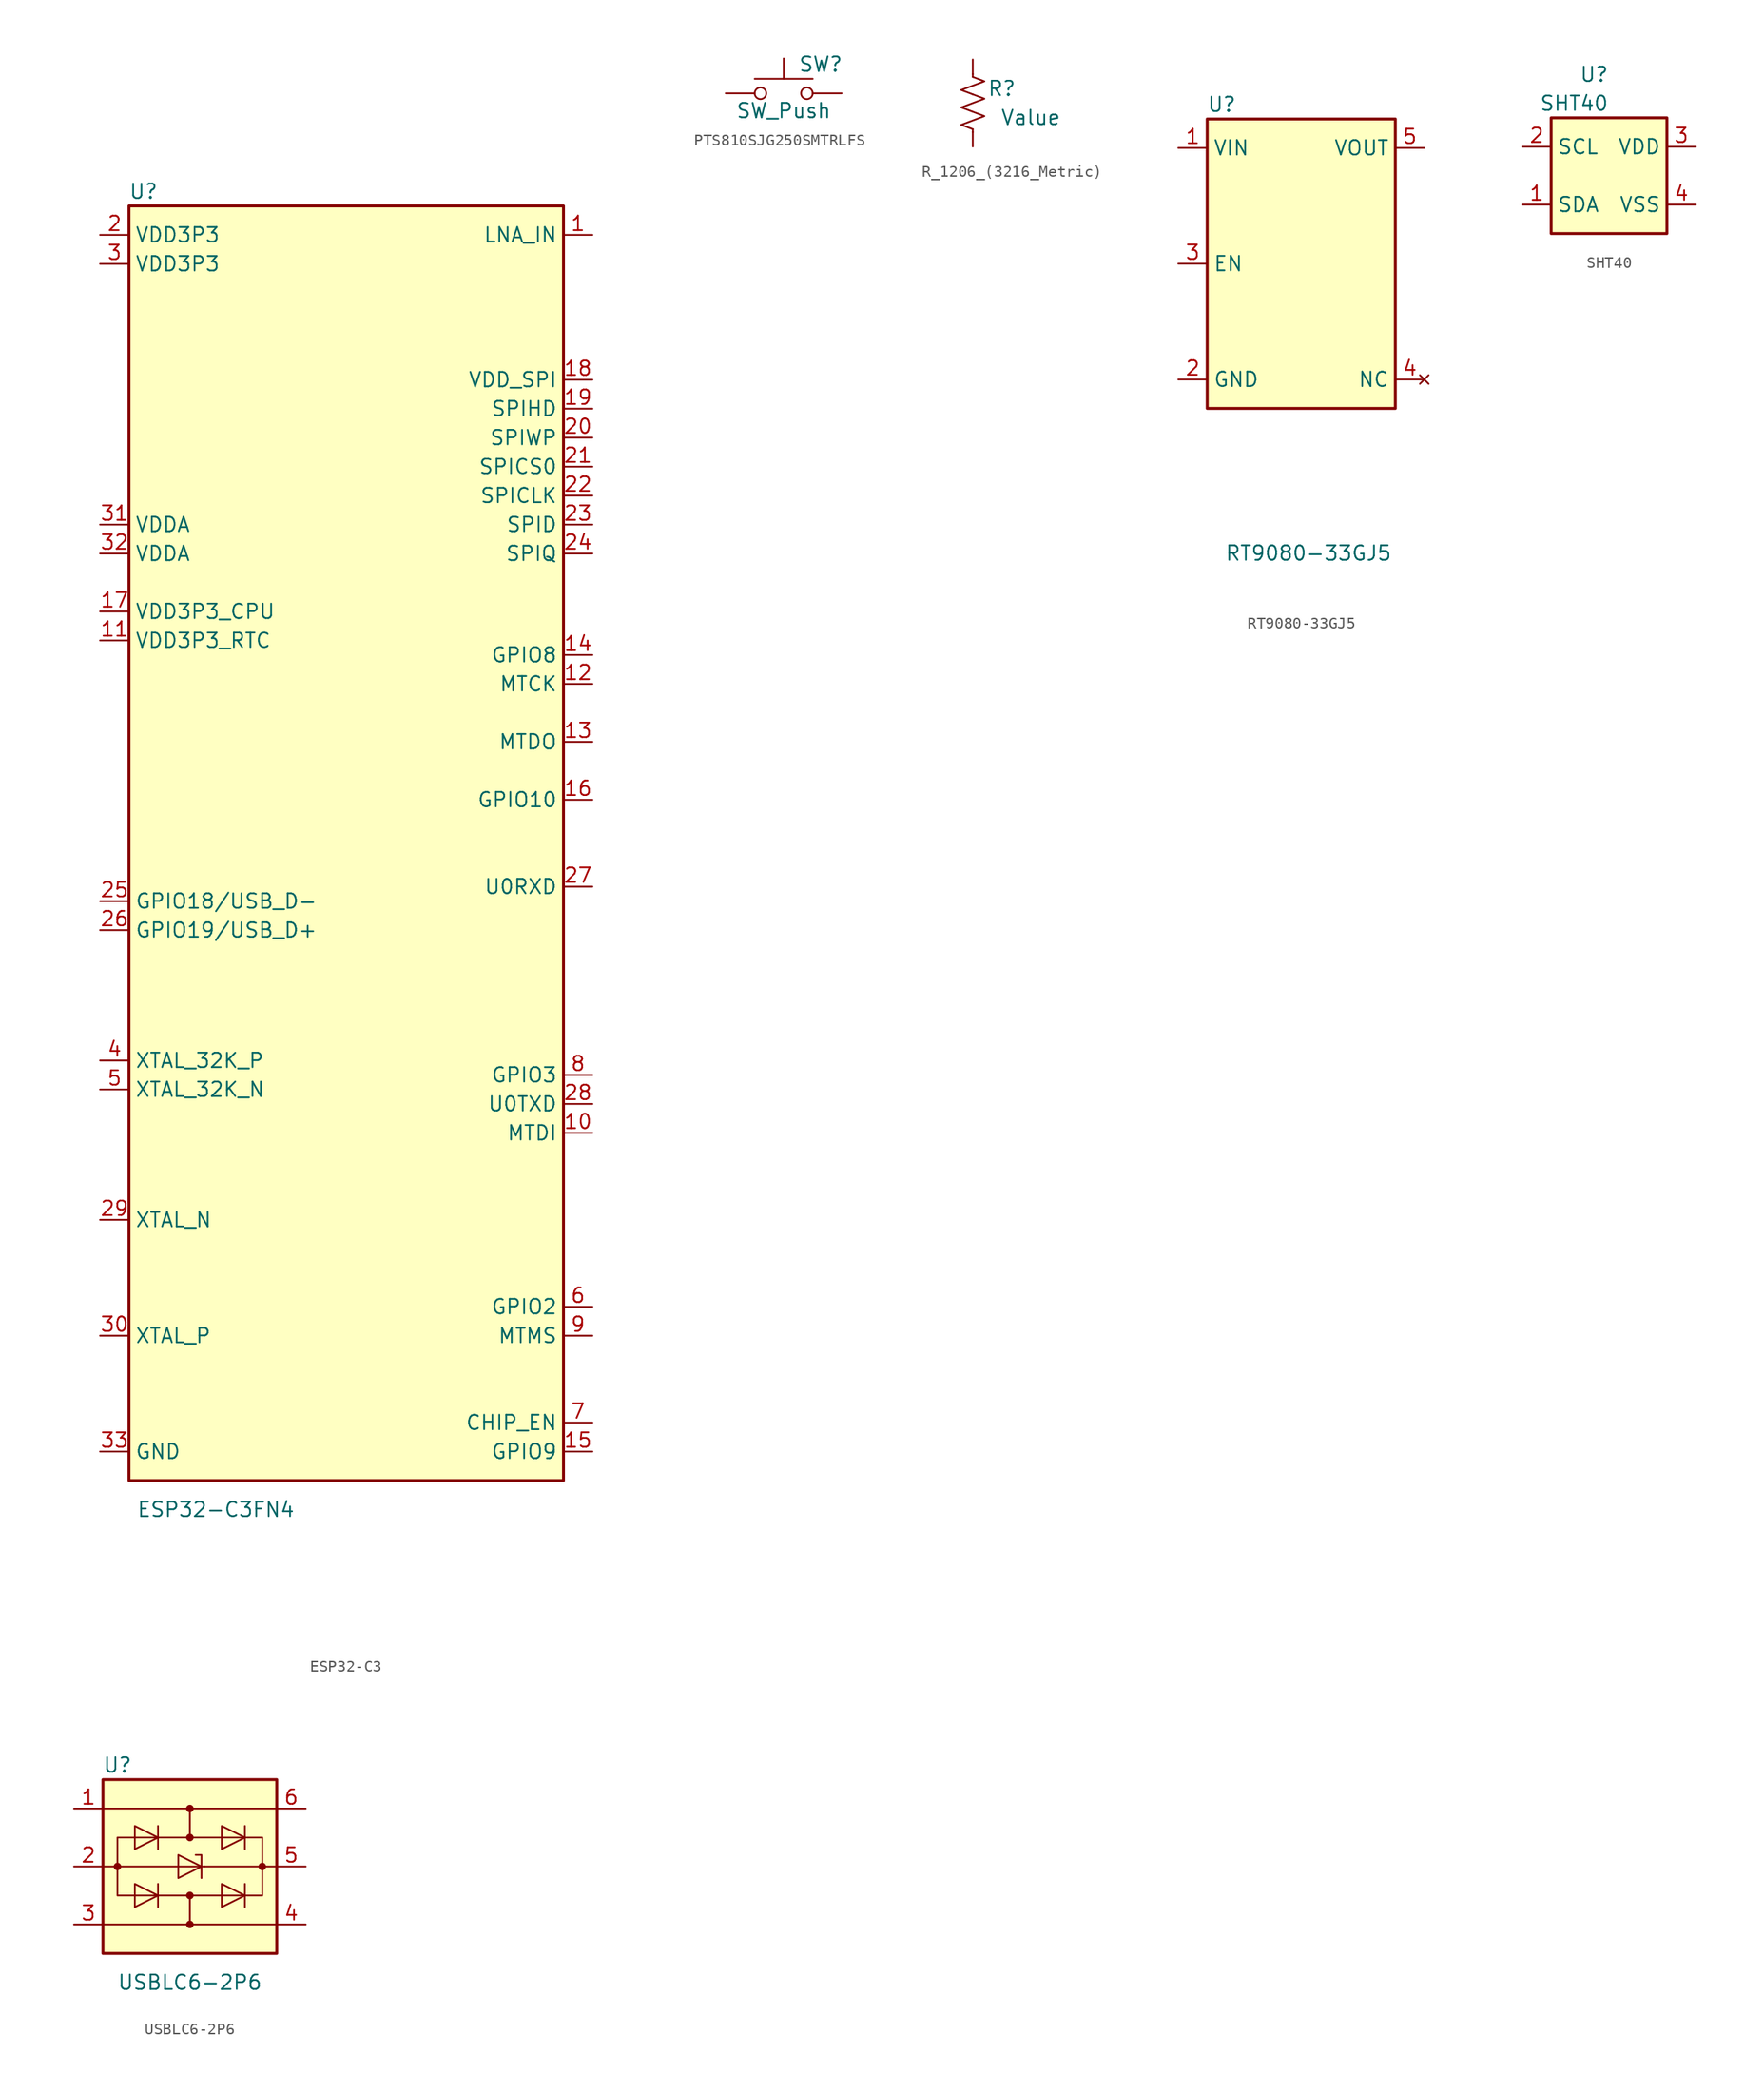
<source format=kicad_sym>
(kicad_symbol_lib
  (version 20220914)
  (generator kicad_symbol_editor)
  (symbol "ESP32-C3"
    (property "Reference" "U"
      (at 1.27 1.27 0)
      (effects (font (size 1.27 1.27))))
    (property "Value" "ESP32-C3FN4"
      (at 7.62 -114.3 0)
      (effects (font (size 1.27 1.27))))
    (symbol "ESP32-C3_0_0"
      (pin bidirectional line (at 40.64 -2.54 180) (length 2.54) (name "LNA_IN" (effects (font (size 1.27 1.27)))) (number "1" (effects (font (size 1.27 1.27)))))
      (pin bidirectional line (at 40.64 -81.28 180) (length 2.54) (name "MTDI" (effects (font (size 1.27 1.27)))) (number "10" (effects (font (size 1.27 1.27)))))
      (pin power_in line (at -2.54 -38.1 0) (length 2.54) (name "VDD3P3_RTC" (effects (font (size 1.27 1.27)))) (number "11" (effects (font (size 1.27 1.27)))))
      (pin bidirectional line (at 40.64 -41.91 180) (length 2.54) (name "MTCK" (effects (font (size 1.27 1.27)))) (number "12" (effects (font (size 1.27 1.27)))))
      (pin bidirectional line (at 40.64 -46.99 180) (length 2.54) (name "MTDO" (effects (font (size 1.27 1.27)))) (number "13" (effects (font (size 1.27 1.27)))))
      (pin bidirectional line (at 40.64 -39.37 180) (length 2.54) (name "GPIO8" (effects (font (size 1.27 1.27)))) (number "14" (effects (font (size 1.27 1.27)))))
      (pin bidirectional line (at 40.64 -109.22 180) (length 2.54) (name "GPIO9" (effects (font (size 1.27 1.27)))) (number "15" (effects (font (size 1.27 1.27)))))
      (pin bidirectional line (at 40.64 -52.07 180) (length 2.54) (name "GPIO10" (effects (font (size 1.27 1.27)))) (number "16" (effects (font (size 1.27 1.27)))))
      (pin power_in line (at -2.54 -35.56 0) (length 2.54) (name "VDD3P3_CPU" (effects (font (size 1.27 1.27)))) (number "17" (effects (font (size 1.27 1.27)))))
      (pin power_out line (at 40.64 -15.24 180) (length 2.54) (name "VDD_SPI" (effects (font (size 1.27 1.27)))) (number "18" (effects (font (size 1.27 1.27)))))
      (pin bidirectional line (at 40.64 -17.78 180) (length 2.54) (name "SPIHD" (effects (font (size 1.27 1.27)))) (number "19" (effects (font (size 1.27 1.27)))))
      (pin power_in line (at -2.54 -2.54 0) (length 2.54) (name "VDD3P3" (effects (font (size 1.27 1.27)))) (number "2" (effects (font (size 1.27 1.27)))))
      (pin bidirectional line (at 40.64 -20.32 180) (length 2.54) (name "SPIWP" (effects (font (size 1.27 1.27)))) (number "20" (effects (font (size 1.27 1.27)))))
      (pin bidirectional line (at 40.64 -22.86 180) (length 2.54) (name "SPICS0" (effects (font (size 1.27 1.27)))) (number "21" (effects (font (size 1.27 1.27)))))
      (pin bidirectional line (at 40.64 -25.4 180) (length 2.54) (name "SPICLK" (effects (font (size 1.27 1.27)))) (number "22" (effects (font (size 1.27 1.27)))))
      (pin bidirectional line (at 40.64 -27.94 180) (length 2.54) (name "SPID" (effects (font (size 1.27 1.27)))) (number "23" (effects (font (size 1.27 1.27)))))
      (pin bidirectional line (at 40.64 -30.48 180) (length 2.54) (name "SPIQ" (effects (font (size 1.27 1.27)))) (number "24" (effects (font (size 1.27 1.27)))))
      (pin bidirectional line (at -2.54 -60.96 0) (length 2.54) (name "GPIO18/USB_D-" (effects (font (size 1.27 1.27)))) (number "25" (effects (font (size 1.27 1.27)))))
      (pin bidirectional line (at -2.54 -63.5 0) (length 2.54) (name "GPIO19/USB_D+" (effects (font (size 1.27 1.27)))) (number "26" (effects (font (size 1.27 1.27)))))
      (pin bidirectional line (at 40.64 -59.69 180) (length 2.54) (name "U0RXD" (effects (font (size 1.27 1.27)))) (number "27" (effects (font (size 1.27 1.27)))))
      (pin bidirectional line (at 40.64 -78.74 180) (length 2.54) (name "U0TXD" (effects (font (size 1.27 1.27)))) (number "28" (effects (font (size 1.27 1.27)))))
      (pin output line (at -2.54 -88.9 0) (length 2.54) (name "XTAL_N" (effects (font (size 1.27 1.27)))) (number "29" (effects (font (size 1.27 1.27)))))
      (pin power_in line (at -2.54 -5.08 0) (length 2.54) (name "VDD3P3" (effects (font (size 1.27 1.27)))) (number "3" (effects (font (size 1.27 1.27)))))
      (pin input line (at -2.54 -99.06 0) (length 2.54) (name "XTAL_P" (effects (font (size 1.27 1.27)))) (number "30" (effects (font (size 1.27 1.27)))))
      (pin power_in line (at -2.54 -27.94 0) (length 2.54) (name "VDDA" (effects (font (size 1.27 1.27)))) (number "31" (effects (font (size 1.27 1.27)))))
      (pin power_in line (at -2.54 -30.48 0) (length 2.54) (name "VDDA" (effects (font (size 1.27 1.27)))) (number "32" (effects (font (size 1.27 1.27)))))
      (pin power_in line (at -2.54 -109.22 0) (length 2.54) (name "GND" (effects (font (size 1.27 1.27)))) (number "33" (effects (font (size 1.27 1.27)))))
      (pin bidirectional line (at -2.54 -74.93 0) (length 2.54) (name "XTAL_32K_P" (effects (font (size 1.27 1.27)))) (number "4" (effects (font (size 1.27 1.27)))))
      (pin bidirectional line (at -2.54 -77.47 0) (length 2.54) (name "XTAL_32K_N" (effects (font (size 1.27 1.27)))) (number "5" (effects (font (size 1.27 1.27)))))
      (pin bidirectional line (at 40.64 -96.52 180) (length 2.54) (name "GPIO2" (effects (font (size 1.27 1.27)))) (number "6" (effects (font (size 1.27 1.27)))))
      (pin input line (at 40.64 -106.68 180) (length 2.54) (name "CHIP_EN" (effects (font (size 1.27 1.27)))) (number "7" (effects (font (size 1.27 1.27)))))
      (pin bidirectional line (at 40.64 -76.2 180) (length 2.54) (name "GPIO3" (effects (font (size 1.27 1.27)))) (number "8" (effects (font (size 1.27 1.27)))))
      (pin bidirectional line (at 40.64 -99.06 180) (length 2.54) (name "MTMS" (effects (font (size 1.27 1.27)))) (number "9" (effects (font (size 1.27 1.27))))))
    (symbol "ESP32-C3_1_1"
      (rectangle (start 0 0) (end 38.1 -111.76) (stroke (width 0.254) (type default)) (fill (type background)))))
  (symbol "PTS810SJG250SMTRLFS "
    (pin_numbers hide)
    (pin_names
      (offset 1.016) hide)
    (property "Reference" "SW"
      (at 1.27 2.54 0)
      (effects (font (size 1.27 1.27)) (justify left)))
    (property "Value" "SW_Push"
      (at 0 -1.524 0)
      (effects (font (size 1.27 1.27))))
    (symbol "PTS810SJG250SMTRLFS _0_1"
      (circle (center -2.032 0) (radius 0.508) (stroke (width 0) (type default)) (fill (type none)))
      (polyline (pts (xy 0 1.27) (xy 0 3.048)) (stroke (width 0) (type default)) (fill (type none)))
      (polyline (pts (xy 2.54 1.27) (xy -2.54 1.27)) (stroke (width 0) (type default)) (fill (type none)))
      (circle (center 2.032 0) (radius 0.508) (stroke (width 0) (type default)) (fill (type none)))
      (pin passive line (at -5.08 0 0) (length 2.54) (name "1" (effects (font (size 1.27 1.27)))) (number "1" (effects (font (size 1.27 1.27)))))
      (pin passive line (at 5.08 0 180) (length 2.54) (name "2" (effects (font (size 1.27 1.27)))) (number "2" (effects (font (size 1.27 1.27)))))))
  (symbol "R_1206_(3216_Metric)"
    (pin_numbers hide)
    (pin_names hide)
    (property "Reference" "R"
      (at 2.54 1.27 0)
      (effects (font (size 1.27 1.27))))
    (property "Value" "Value"
      (at 5.08 -1.27 0)
      (effects (font (size 1.27 1.27))))
    (symbol "R_1206_(3216_Metric)_0_1"
      (polyline (pts (xy 0 -2.286) (xy 0 -2.54)) (stroke (width 0) (type default)) (fill (type none)))
      (polyline (pts (xy 0 2.286) (xy 0 2.54)) (stroke (width 0) (type default)) (fill (type none)))
      (polyline (pts (xy 0 -0.762) (xy 1.016 -1.143) (xy 0 -1.524) (xy -1.016 -1.905) (xy 0 -2.286)) (stroke (width 0) (type default)) (fill (type none)))
      (polyline (pts (xy 0 0.762) (xy 1.016 0.381) (xy 0 0) (xy -1.016 -0.381) (xy 0 -0.762)) (stroke (width 0) (type default)) (fill (type none)))
      (polyline (pts (xy 0 2.286) (xy 1.016 1.905) (xy 0 1.524) (xy -1.016 1.143) (xy 0 0.762)) (stroke (width 0) (type default)) (fill (type none))))
    (symbol "R_1206_(3216_Metric)_1_1"
      (pin passive line (at 0 3.81 270) (length 1.27) (name "~" (effects (font (size 1.27 1.27)))) (number "1" (effects (font (size 1.27 1.27)))))
      (pin passive line (at 0 -3.81 90) (length 1.27) (name "~" (effects (font (size 1.27 1.27)))) (number "2" (effects (font (size 1.27 1.27)))))))
  (symbol "RT9080-33GJ5"
    (property "Reference" "U"
      (at 1.27 1.27 0)
      (effects (font (size 1.27 1.27))))
    (property "Value" "RT9080-33GJ5"
      (at 8.89 -38.1 0)
      (effects (font (size 1.27 1.27))))
    (symbol "RT9080-33GJ5_0_0"
      (pin power_in line (at -2.54 -2.54 0) (length 2.54) (name "VIN" (effects (font (size 1.27 1.27)))) (number "1" (effects (font (size 1.27 1.27)))))
      (pin power_in line (at -2.54 -22.86 0) (length 2.54) (name "GND" (effects (font (size 1.27 1.27)))) (number "2" (effects (font (size 1.27 1.27)))))
      (pin input line (at -2.54 -12.7 0) (length 2.54) (name "EN" (effects (font (size 1.27 1.27)))) (number "3" (effects (font (size 1.27 1.27)))))
      (pin no_connect line (at 19.05 -22.86 180) (length 2.54) (name "NC" (effects (font (size 1.27 1.27)))) (number "4" (effects (font (size 1.27 1.27)))))
      (pin power_out line (at 19.05 -2.54 180) (length 2.54) (name "VOUT" (effects (font (size 1.27 1.27)))) (number "5" (effects (font (size 1.27 1.27))))))
    (symbol "RT9080-33GJ5_1_1"
      (rectangle (start 0 0) (end 16.51 -25.4) (stroke (width 0.254) (type default)) (fill (type background)))))
  (symbol "SHT40"
    (property "Reference" "U"
      (at 0 8.89 0)
      (effects (font (size 1.27 1.27)) (justify right)))
    (property "Value" "SHT40"
      (at 0 6.35 0)
      (effects (font (size 1.27 1.27)) (justify right)))
    (symbol "SHT40_1_1"
      (rectangle (start -5.08 5.08) (end 5.08 -5.08) (stroke (width 0.254) (type default)) (fill (type background)))
      (pin bidirectional line (at -7.62 -2.54 0) (length 2.54) (name "SDA" (effects (font (size 1.27 1.27)))) (number "1" (effects (font (size 1.27 1.27)))))
      (pin input line (at -7.62 2.54 0) (length 2.54) (name "SCL" (effects (font (size 1.27 1.27)))) (number "2" (effects (font (size 1.27 1.27)))))
      (pin power_in line (at 7.62 2.54 180) (length 2.54) (name "VDD" (effects (font (size 1.27 1.27)))) (number "3" (effects (font (size 1.27 1.27)))))
      (pin power_in line (at 7.62 -2.54 180) (length 2.54) (name "VSS" (effects (font (size 1.27 1.27)))) (number "4" (effects (font (size 1.27 1.27)))))))
  (symbol "USBLC6-2P6"
    (pin_names hide)
    (property "Reference" "U"
      (at 1.27 16.51 0)
      (effects (font (size 1.27 1.27))))
    (property "Value" "USBLC6-2P6"
      (at 7.62 -2.54 0)
      (effects (font (size 1.27 1.27))))
    (symbol "USBLC6-2P6_0_1"
      (polyline (pts (xy 0 7.62) (xy 1.27 7.62)) (stroke (width 0) (type default)) (fill (type none)))
      (polyline (pts (xy 1.27 7.62) (xy 8.89 7.62)) (stroke (width 0) (type default)) (fill (type none)))
      (polyline (pts (xy 4.826 6.096) (xy 4.826 4.064)) (stroke (width 0) (type default)) (fill (type none)))
      (polyline (pts (xy 4.826 9.144) (xy 4.826 11.176)) (stroke (width 0) (type default)) (fill (type none)))
      (polyline (pts (xy 7.62 2.54) (xy 0 2.54)) (stroke (width 0) (type default)) (fill (type none)))
      (polyline (pts (xy 7.62 12.7) (xy 0 12.7)) (stroke (width 0) (type default)) (fill (type none)))
      (polyline (pts (xy 8.89 7.62) (xy 13.97 7.62)) (stroke (width 0) (type default)) (fill (type none)))
      (polyline (pts (xy 12.446 6.096) (xy 12.446 4.064)) (stroke (width 0) (type default)) (fill (type none)))
      (polyline (pts (xy 12.446 9.144) (xy 12.446 11.176)) (stroke (width 0) (type default)) (fill (type none)))
      (polyline (pts (xy 13.97 7.62) (xy 15.24 7.62)) (stroke (width 0) (type default)) (fill (type none)))
      (polyline (pts (xy 7.62 5.08) (xy 7.62 2.54) (xy 15.24 2.54)) (stroke (width 0) (type default)) (fill (type none)))
      (polyline (pts (xy 7.62 10.16) (xy 7.62 12.7) (xy 15.24 12.7)) (stroke (width 0) (type default)) (fill (type none)))
      (polyline (pts (xy 2.794 4.064) (xy 2.794 6.096) (xy 4.826 5.08) (xy 2.794 4.064)) (stroke (width 0) (type default)) (fill (type none)))
      (polyline (pts (xy 2.794 11.176) (xy 2.794 9.144) (xy 4.826 10.16) (xy 2.794 11.176)) (stroke (width 0) (type default)) (fill (type none)))
      (polyline (pts (xy 6.604 8.636) (xy 6.604 6.604) (xy 8.636 7.62) (xy 6.604 8.636)) (stroke (width 0) (type default)) (fill (type none)))
      (polyline (pts (xy 8.636 6.604) (xy 8.636 6.858) (xy 8.636 8.636) (xy 8.128 8.636)) (stroke (width 0) (type default)) (fill (type none)))
      (polyline (pts (xy 10.414 4.064) (xy 10.414 6.096) (xy 12.446 5.08) (xy 10.414 4.064)) (stroke (width 0) (type default)) (fill (type none)))
      (polyline (pts (xy 10.414 11.176) (xy 10.414 9.144) (xy 12.446 10.16) (xy 10.414 11.176)) (stroke (width 0) (type default)) (fill (type none)))
      (rectangle (start 0 15.24) (end 15.24 0) (stroke (width 0.254) (type default)) (fill (type background)))
      (circle (center 1.27 7.62) (radius 0.254) (stroke (width 0) (type default)) (fill (type outline)))
      (circle (center 7.62 2.54) (radius 0.254) (stroke (width 0) (type default)) (fill (type outline)))
      (circle (center 7.62 5.08) (radius 0.254) (stroke (width 0) (type default)) (fill (type outline)))
      (circle (center 7.62 10.16) (radius 0.254) (stroke (width 0) (type default)) (fill (type outline)))
      (circle (center 7.62 12.7) (radius 0.254) (stroke (width 0) (type default)) (fill (type outline)))
      (circle (center 13.97 7.62) (radius 0.254) (stroke (width 0) (type default)) (fill (type outline)))
      (rectangle (start 13.97 10.16) (end 1.27 5.08) (stroke (width 0) (type default)) (fill (type none))))
    (symbol "USBLC6-2P6_1_1"
      (pin passive line (at -2.54 12.7 0) (length 2.54) (name "I/O1" (effects (font (size 1.27 1.27)))) (number "1" (effects (font (size 1.27 1.27)))))
      (pin passive line (at -2.54 7.62 0) (length 2.54) (name "GND" (effects (font (size 1.27 1.27)))) (number "2" (effects (font (size 1.27 1.27)))))
      (pin passive line (at -2.54 2.54 0) (length 2.54) (name "I/O2" (effects (font (size 1.27 1.27)))) (number "3" (effects (font (size 1.27 1.27)))))
      (pin passive line (at 17.78 2.54 180) (length 2.54) (name "I/O2" (effects (font (size 1.27 1.27)))) (number "4" (effects (font (size 1.27 1.27)))))
      (pin passive line (at 17.78 7.62 180) (length 2.54) (name "VBUS" (effects (font (size 1.27 1.27)))) (number "5" (effects (font (size 1.27 1.27)))))
      (pin passive line (at 17.78 12.7 180) (length 2.54) (name "I/O1" (effects (font (size 1.27 1.27)))) (number "6" (effects (font (size 1.27 1.27))))))))
</source>
